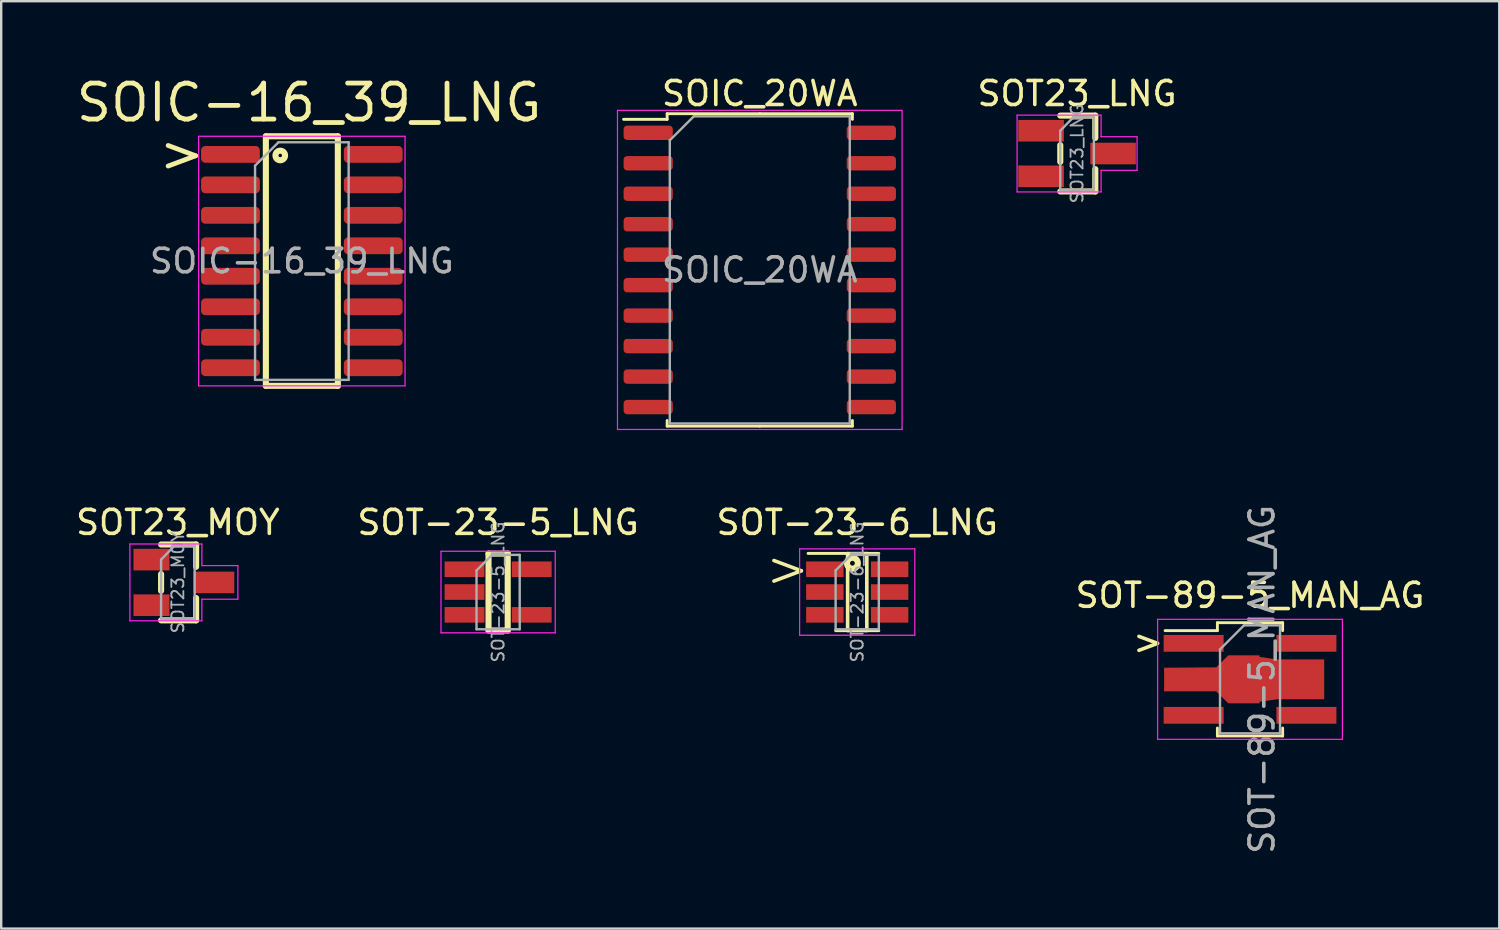
<source format=kicad_pcb>
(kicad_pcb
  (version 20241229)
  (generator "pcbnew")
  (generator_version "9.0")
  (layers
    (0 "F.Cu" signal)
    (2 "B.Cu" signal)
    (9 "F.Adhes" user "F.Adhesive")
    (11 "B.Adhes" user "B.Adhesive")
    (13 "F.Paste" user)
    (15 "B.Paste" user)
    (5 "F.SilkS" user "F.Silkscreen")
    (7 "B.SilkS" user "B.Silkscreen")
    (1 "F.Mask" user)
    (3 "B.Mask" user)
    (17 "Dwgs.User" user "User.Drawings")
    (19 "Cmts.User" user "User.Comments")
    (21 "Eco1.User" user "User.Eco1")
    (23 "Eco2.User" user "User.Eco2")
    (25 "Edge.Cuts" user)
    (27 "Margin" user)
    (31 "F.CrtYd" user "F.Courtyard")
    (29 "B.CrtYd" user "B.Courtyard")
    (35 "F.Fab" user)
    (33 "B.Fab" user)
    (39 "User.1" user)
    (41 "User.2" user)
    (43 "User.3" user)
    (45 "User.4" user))
  (footprint "SOT23_LNG"
    (layer "F.Cu")
    (at 41.835 3.348)
    (property "Reference" "SOT23_LNG" (at 0 -2.5 0) (layer "F.SilkS") (effects (font (size 1 1) (thickness 0.15))))
    (attr smd)
    (fp_line (start -0.7 -0.35) (end -0.7 0.35) (stroke (width 0.254) (type solid)) (layer "F.SilkS"))
    (fp_line (start 0.76 -1.58) (end -0.7 -1.58) (stroke (width 0.254) (type solid)) (layer "F.SilkS"))
    (fp_line (start 0.76 -1.58) (end 0.76 -0.65) (stroke (width 0.254) (type solid)) (layer "F.SilkS"))
    (fp_line (start 0.76 1.58) (end -0.7 1.58) (stroke (width 0.254) (type solid)) (layer "F.SilkS"))
    (fp_line (start 0.76 1.58) (end 0.76 0.65) (stroke (width 0.254) (type solid)) (layer "F.SilkS"))
    (fp_line (start -2.5 -1.6) (end 1 -1.6) (stroke (width 0.05) (type solid)) (layer "F.CrtYd"))
    (fp_line (start -2.5 1.6) (end -2.5 -1.6) (stroke (width 0.05) (type solid)) (layer "F.CrtYd"))
    (fp_line (start 1 -1.6) (end 1 -0.7) (stroke (width 0.05) (type solid)) (layer "F.CrtYd"))
    (fp_line (start 1 -0.7) (end 2.5 -0.7) (stroke (width 0.05) (type solid)) (layer "F.CrtYd"))
    (fp_line (start 1 0.7) (end 1 1.6) (stroke (width 0.05) (type solid)) (layer "F.CrtYd"))
    (fp_line (start 1 0.7) (end 2.5 0.7) (stroke (width 0.05) (type solid)) (layer "F.CrtYd"))
    (fp_line (start 1 1.6) (end -2.5 1.6) (stroke (width 0.05) (type solid)) (layer "F.CrtYd"))
    (fp_line (start 2.5 -0.7) (end 2.5 0.7) (stroke (width 0.05) (type solid)) (layer "F.CrtYd"))
    (fp_line (start -0.7 -0.95) (end -0.7 1.5) (stroke (width 0.1) (type solid)) (layer "F.Fab"))
    (fp_line (start -0.7 -0.95) (end -0.15 -1.52) (stroke (width 0.1) (type solid)) (layer "F.Fab"))
    (fp_line (start -0.7 1.52) (end 0.7 1.52) (stroke (width 0.1) (type solid)) (layer "F.Fab"))
    (fp_line (start -0.15 -1.52) (end 0.7 -1.52) (stroke (width 0.1) (type solid)) (layer "F.Fab"))
    (fp_line (start 0.7 -1.52) (end 0.7 1.52) (stroke (width 0.1) (type solid)) (layer "F.Fab"))
    (fp_text user "${REFERENCE}" (at 0 0 90) (layer "F.Fab") (effects (font (size 0.5 0.5) (thickness 0.075))))
    (pad "1" smd rect (at -1.5 -0.95) (size 1.9 0.9) (layers "F.Cu" "F.Mask" "F.Paste"))
    (pad "2" smd rect (at -1.5 0.95) (size 1.9 0.9) (layers "F.Cu" "F.Mask" "F.Paste"))
    (pad "3" smd rect (at 1.5 0) (size 1.9 0.9) (layers "F.Cu" "F.Mask" "F.Paste")))
  (footprint "SOT-23-5_LNG"
    (layer "F.Cu")
    (at 17.708 21.622)
    (property "Reference" "SOT-23-5_LNG" (at 0 -2.9 0) (layer "F.SilkS") (effects (font (size 1 1) (thickness 0.15))))
    (attr smd)
    (fp_line (start -0.4 -1.6) (end -0.4 1.6) (stroke (width 0.254) (type solid)) (layer "F.SilkS"))
    (fp_line (start -0.4 1.6) (end 0.4 1.6) (stroke (width 0.254) (type solid)) (layer "F.SilkS"))
    (fp_line (start 0.4 -1.6) (end -0.4 -1.6) (stroke (width 0.254) (type solid)) (layer "F.SilkS"))
    (fp_line (start 0.4 1.6) (end 0.4 -1.6) (stroke (width 0.254) (type solid)) (layer "F.SilkS"))
    (fp_line (start -2.38 -1.7) (end -2.38 1.7) (stroke (width 0.05) (type solid)) (layer "F.CrtYd"))
    (fp_line (start -2.38 -1.7) (end 2.38 -1.7) (stroke (width 0.05) (type solid)) (layer "F.CrtYd"))
    (fp_line (start 2.38 1.7) (end -2.38 1.7) (stroke (width 0.05) (type solid)) (layer "F.CrtYd"))
    (fp_line (start 2.38 1.7) (end 2.38 -1.7) (stroke (width 0.05) (type solid)) (layer "F.CrtYd"))
    (fp_line (start -0.9 -0.9) (end -0.9 1.55) (stroke (width 0.1) (type solid)) (layer "F.Fab"))
    (fp_line (start -0.9 -0.9) (end -0.25 -1.55) (stroke (width 0.1) (type solid)) (layer "F.Fab"))
    (fp_line (start 0.9 -1.55) (end -0.25 -1.55) (stroke (width 0.1) (type solid)) (layer "F.Fab"))
    (fp_line (start 0.9 -1.55) (end 0.9 1.55) (stroke (width 0.1) (type solid)) (layer "F.Fab"))
    (fp_line (start 0.9 1.55) (end -0.9 1.55) (stroke (width 0.1) (type solid)) (layer "F.Fab"))
    (fp_text user "${REFERENCE}" (at 0 0 90) (layer "F.Fab") (effects (font (size 0.5 0.5) (thickness 0.075))))
    (pad "1" smd rect (at -1.4 -0.95) (size 1.66 0.65) (layers "F.Cu" "F.Mask" "F.Paste"))
    (pad "2" smd rect (at -1.4 0) (size 1.66 0.65) (layers "F.Cu" "F.Mask" "F.Paste"))
    (pad "3" smd rect (at -1.4 0.95) (size 1.66 0.65) (layers "F.Cu" "F.Mask" "F.Paste"))
    (pad "4" smd rect (at 1.4 0.95) (size 1.66 0.65) (layers "F.Cu" "F.Mask" "F.Paste"))
    (pad "5" smd rect (at 1.4 -0.95) (size 1.66 0.65) (layers "F.Cu" "F.Mask" "F.Paste")))
  (footprint "SOIC_20WA"
    (layer "F.Cu")
    (at 28.612 8.198)
    (property "Reference" "SOIC_20WA" (at 0 -7.35 0) (layer "F.SilkS") (effects (font (size 1 1) (thickness 0.15))))
    (attr smd)
    (fp_line (start -3.86 -6.51) (end -3.86 -6.275) (stroke (width 0.12) (type solid)) (layer "F.SilkS"))
    (fp_line (start -3.86 -6.275) (end -5.675 -6.275) (stroke (width 0.12) (type solid)) (layer "F.SilkS"))
    (fp_line (start -3.86 6.51) (end -3.86 6.275) (stroke (width 0.12) (type solid)) (layer "F.SilkS"))
    (fp_line (start 0 -6.51) (end -3.86 -6.51) (stroke (width 0.12) (type solid)) (layer "F.SilkS"))
    (fp_line (start 0 -6.51) (end 3.86 -6.51) (stroke (width 0.12) (type solid)) (layer "F.SilkS"))
    (fp_line (start 0 6.51) (end -3.86 6.51) (stroke (width 0.12) (type solid)) (layer "F.SilkS"))
    (fp_line (start 0 6.51) (end 3.86 6.51) (stroke (width 0.12) (type solid)) (layer "F.SilkS"))
    (fp_line (start 3.86 -6.51) (end 3.86 -6.275) (stroke (width 0.12) (type solid)) (layer "F.SilkS"))
    (fp_line (start 3.86 6.51) (end 3.86 6.275) (stroke (width 0.12) (type solid)) (layer "F.SilkS"))
    (fp_line (start -5.93 -6.65) (end -5.93 6.65) (stroke (width 0.05) (type solid)) (layer "F.CrtYd"))
    (fp_line (start -5.93 6.65) (end 5.93 6.65) (stroke (width 0.05) (type solid)) (layer "F.CrtYd"))
    (fp_line (start 5.93 -6.65) (end -5.93 -6.65) (stroke (width 0.05) (type solid)) (layer "F.CrtYd"))
    (fp_line (start 5.93 6.65) (end 5.93 -6.65) (stroke (width 0.05) (type solid)) (layer "F.CrtYd"))
    (fp_line (start -3.75 -5.4) (end -2.75 -6.4) (stroke (width 0.1) (type solid)) (layer "F.Fab"))
    (fp_line (start -3.75 6.4) (end -3.75 -5.4) (stroke (width 0.1) (type solid)) (layer "F.Fab"))
    (fp_line (start -2.75 -6.4) (end 3.75 -6.4) (stroke (width 0.1) (type solid)) (layer "F.Fab"))
    (fp_line (start 3.75 -6.4) (end 3.75 6.4) (stroke (width 0.1) (type solid)) (layer "F.Fab"))
    (fp_line (start 3.75 6.4) (end -3.75 6.4) (stroke (width 0.1) (type solid)) (layer "F.Fab"))
    (fp_text user "${REFERENCE}" (at 0 0 0) (layer "F.Fab") (effects (font (size 1 1) (thickness 0.15))))
    (pad "1" smd roundrect (at -4.65 -5.715) (size 2.05 0.6) (layers "F.Cu" "F.Mask" "F.Paste") (roundrect_rratio 0.25))
    (pad "2" smd roundrect (at -4.65 -4.445) (size 2.05 0.6) (layers "F.Cu" "F.Mask" "F.Paste") (roundrect_rratio 0.25))
    (pad "3" smd roundrect (at -4.65 -3.175) (size 2.05 0.6) (layers "F.Cu" "F.Mask" "F.Paste") (roundrect_rratio 0.25))
    (pad "4" smd roundrect (at -4.65 -1.905) (size 2.05 0.6) (layers "F.Cu" "F.Mask" "F.Paste") (roundrect_rratio 0.25))
    (pad "5" smd roundrect (at -4.65 -0.635) (size 2.05 0.6) (layers "F.Cu" "F.Mask" "F.Paste") (roundrect_rratio 0.25))
    (pad "6" smd roundrect (at -4.65 0.635) (size 2.05 0.6) (layers "F.Cu" "F.Mask" "F.Paste") (roundrect_rratio 0.25))
    (pad "7" smd roundrect (at -4.65 1.905) (size 2.05 0.6) (layers "F.Cu" "F.Mask" "F.Paste") (roundrect_rratio 0.25))
    (pad "8" smd roundrect (at -4.65 3.175) (size 2.05 0.6) (layers "F.Cu" "F.Mask" "F.Paste") (roundrect_rratio 0.25))
    (pad "9" smd roundrect (at -4.65 4.445) (size 2.05 0.6) (layers "F.Cu" "F.Mask" "F.Paste") (roundrect_rratio 0.25))
    (pad "10" smd roundrect (at -4.65 5.715) (size 2.05 0.6) (layers "F.Cu" "F.Mask" "F.Paste") (roundrect_rratio 0.25))
    (pad "11" smd roundrect (at 4.65 5.715) (size 2.05 0.6) (layers "F.Cu" "F.Mask" "F.Paste") (roundrect_rratio 0.25))
    (pad "12" smd roundrect (at 4.65 4.445) (size 2.05 0.6) (layers "F.Cu" "F.Mask" "F.Paste") (roundrect_rratio 0.25))
    (pad "13" smd roundrect (at 4.65 3.175) (size 2.05 0.6) (layers "F.Cu" "F.Mask" "F.Paste") (roundrect_rratio 0.25))
    (pad "14" smd roundrect (at 4.65 1.905) (size 2.05 0.6) (layers "F.Cu" "F.Mask" "F.Paste") (roundrect_rratio 0.25))
    (pad "15" smd roundrect (at 4.65 0.635) (size 2.05 0.6) (layers "F.Cu" "F.Mask" "F.Paste") (roundrect_rratio 0.25))
    (pad "16" smd roundrect (at 4.65 -0.635) (size 2.05 0.6) (layers "F.Cu" "F.Mask" "F.Paste") (roundrect_rratio 0.25))
    (pad "17" smd roundrect (at 4.65 -1.905) (size 2.05 0.6) (layers "F.Cu" "F.Mask" "F.Paste") (roundrect_rratio 0.25))
    (pad "18" smd roundrect (at 4.65 -3.175) (size 2.05 0.6) (layers "F.Cu" "F.Mask" "F.Paste") (roundrect_rratio 0.25))
    (pad "19" smd roundrect (at 4.65 -4.445) (size 2.05 0.6) (layers "F.Cu" "F.Mask" "F.Paste") (roundrect_rratio 0.25))
    (pad "20" smd roundrect (at 4.65 -5.715) (size 2.05 0.6) (layers "F.Cu" "F.Mask" "F.Paste") (roundrect_rratio 0.25)))
  (footprint "SOT23_MOY"
    (layer "F.Cu")
    (at 4.363 21.221)
    (property "Reference" "SOT23_MOY" (at 0 -2.5 0) (layer "F.SilkS") (effects (font (size 1 1) (thickness 0.15))))
    (attr smd)
    (fp_line (start -0.7 -0.35) (end -0.7 0.35) (stroke (width 0.254) (type solid)) (layer "F.SilkS"))
    (fp_line (start 0.76 -1.58) (end -0.7 -1.58) (stroke (width 0.254) (type solid)) (layer "F.SilkS"))
    (fp_line (start 0.76 -1.58) (end 0.76 -0.65) (stroke (width 0.254) (type solid)) (layer "F.SilkS"))
    (fp_line (start 0.76 1.58) (end -0.7 1.58) (stroke (width 0.254) (type solid)) (layer "F.SilkS"))
    (fp_line (start 0.76 1.58) (end 0.76 0.65) (stroke (width 0.254) (type solid)) (layer "F.SilkS"))
    (fp_line (start -2 -1.6) (end 1 -1.6) (stroke (width 0.05) (type solid)) (layer "F.CrtYd"))
    (fp_line (start -2 1.6) (end -2 -1.6) (stroke (width 0.05) (type solid)) (layer "F.CrtYd"))
    (fp_line (start 1 -1.6) (end 1 -0.7) (stroke (width 0.05) (type solid)) (layer "F.CrtYd"))
    (fp_line (start 1 -0.7) (end 2.5 -0.7) (stroke (width 0.05) (type solid)) (layer "F.CrtYd"))
    (fp_line (start 1 0.7) (end 1 1.6) (stroke (width 0.05) (type solid)) (layer "F.CrtYd"))
    (fp_line (start 1 0.7) (end 2.5 0.7) (stroke (width 0.05) (type solid)) (layer "F.CrtYd"))
    (fp_line (start 1 1.6) (end -2 1.6) (stroke (width 0.05) (type solid)) (layer "F.CrtYd"))
    (fp_line (start 2.5 -0.7) (end 2.5 0.7) (stroke (width 0.05) (type solid)) (layer "F.CrtYd"))
    (fp_line (start -0.7 -0.95) (end -0.7 1.5) (stroke (width 0.1) (type solid)) (layer "F.Fab"))
    (fp_line (start -0.7 -0.95) (end -0.15 -1.52) (stroke (width 0.1) (type solid)) (layer "F.Fab"))
    (fp_line (start -0.7 1.52) (end 0.7 1.52) (stroke (width 0.1) (type solid)) (layer "F.Fab"))
    (fp_line (start -0.15 -1.52) (end 0.7 -1.52) (stroke (width 0.1) (type solid)) (layer "F.Fab"))
    (fp_line (start 0.7 -1.52) (end 0.7 1.52) (stroke (width 0.1) (type solid)) (layer "F.Fab"))
    (fp_text user "${REFERENCE}" (at 0 0 90) (layer "F.Fab") (effects (font (size 0.5 0.5) (thickness 0.075))))
    (pad "1" smd rect (at -1.1 -0.95) (size 1.5 0.9) (layers "F.Cu" "F.Mask" "F.Paste"))
    (pad "2" smd rect (at -1.1 0.95) (size 1.5 0.9) (layers "F.Cu" "F.Mask" "F.Paste"))
    (pad "3" smd rect (at 1.5 0) (size 1.7 0.9) (layers "F.Cu" "F.Mask" "F.Paste")))
  (footprint "SOT-89-5_MAN_AG"
    (layer "F.Cu")
    (at 49.042 25.26)
    (property "Reference" "SOT-89-5_MAN_AG" (at 0 -3.5 0) (layer "F.SilkS") (effects (font (size 1 1) (thickness 0.15))))
    (attr smd)
    (fp_line (start -3.54 -2.03) (end -1.36 -2.03) (stroke (width 0.12) (type solid)) (layer "F.SilkS"))
    (fp_line (start -1.36 -2.36) (end -1.36 -2.03) (stroke (width 0.12) (type solid)) (layer "F.SilkS"))
    (fp_line (start -1.36 -2.36) (end 1.36 -2.36) (stroke (width 0.12) (type solid)) (layer "F.SilkS"))
    (fp_line (start -1.36 2.36) (end -1.36 2.03) (stroke (width 0.12) (type solid)) (layer "F.SilkS"))
    (fp_line (start 1.36 -2.36) (end 1.36 -2.03) (stroke (width 0.12) (type solid)) (layer "F.SilkS"))
    (fp_line (start 1.36 2.03) (end 1.36 2.36) (stroke (width 0.12) (type solid)) (layer "F.SilkS"))
    (fp_line (start 1.36 2.36) (end -1.36 2.36) (stroke (width 0.12) (type solid)) (layer "F.SilkS"))
    (fp_line (start -3.85 2.5) (end -3.85 -2.5) (stroke (width 0.05) (type solid)) (layer "F.CrtYd"))
    (fp_line (start -3.85 2.5) (end 3.85 2.5) (stroke (width 0.05) (type solid)) (layer "F.CrtYd"))
    (fp_line (start 3.85 -2.5) (end -3.85 -2.5) (stroke (width 0.05) (type solid)) (layer "F.CrtYd"))
    (fp_line (start 3.85 -2.5) (end 3.85 2.5) (stroke (width 0.05) (type solid)) (layer "F.CrtYd"))
    (fp_line (start -1.25 -1.25) (end -0.25 -2.25) (stroke (width 0.1) (type solid)) (layer "F.Fab"))
    (fp_line (start -1.25 2.25) (end -1.25 -1.25) (stroke (width 0.1) (type solid)) (layer "F.Fab"))
    (fp_line (start -0.25 -2.25) (end 1.25 -2.25) (stroke (width 0.1) (type solid)) (layer "F.Fab"))
    (fp_line (start 1.25 -2.25) (end 1.25 2.25) (stroke (width 0.1) (type solid)) (layer "F.Fab"))
    (fp_line (start 1.25 2.25) (end -1.25 2.25) (stroke (width 0.1) (type solid)) (layer "F.Fab"))
    (fp_text user ">" (at -4.242 -1.575 0) (unlocked yes) (layer "F.SilkS") (effects (font (size 1.016 1.016) (thickness 0.15))))
    (fp_text user "${REFERENCE}" (at 0.5 0 90) (layer "F.Fab") (effects (font (size 1 1) (thickness 0.15))))
    (pad "1" smd rect (at -2.35 -1.5) (size 2.5 0.7) (layers "F.Cu" "F.Mask" "F.Paste"))
    (pad "2" smd custom (at 0 0) (size 0.8 2) (layers "F.Cu" "F.Mask" "F.Paste") (options (anchor rect)) (primitives (gr_poly (pts (xy 1.143 -0.83) (xy 3.092 -0.83) (xy 3.092 0.83) (xy 1.143 0.83) (xy -0.108 1) (xy -0.908 1) (xy -1.408 0.5) (xy -3.581 0.5) (xy -3.581 -0.483) (xy -1.408 -0.5) (xy -0.908 -1) (xy -0.108 -1)) (width 0) (fill yes))))
    (pad "3" smd rect (at -2.35 1.5) (size 2.5 0.7) (layers "F.Cu" "F.Mask" "F.Paste"))
    (pad "4" smd rect (at 2.35 1.5) (size 2.5 0.7) (layers "F.Cu" "F.Mask" "F.Paste"))
    (pad "5" smd rect (at 2.35 -1.5) (size 2.5 0.7) (layers "F.Cu" "F.Mask" "F.Paste")))
  (footprint "SOT-23-6_LNG"
    (layer "F.Cu")
    (at 32.673 21.622)
    (property "Reference" "SOT-23-6_LNG" (at 0 -2.9 0) (layer "F.SilkS") (effects (font (size 1 1) (thickness 0.15))))
    (attr smd)
    (fp_line (start -0.9 1.61) (end 0.9 1.61) (stroke (width 0.12) (type solid)) (layer "F.SilkS"))
    (fp_line (start -0.4 -1.6) (end -0.4 1.6) (stroke (width 0.15) (type solid)) (layer "F.SilkS"))
    (fp_line (start -0.4 1.6) (end 0.4 1.6) (stroke (width 0.15) (type solid)) (layer "F.SilkS"))
    (fp_line (start 0.4 -1.6) (end -0.4 -1.6) (stroke (width 0.15) (type solid)) (layer "F.SilkS"))
    (fp_line (start 0.4 1.6) (end 0.4 -1.6) (stroke (width 0.15) (type solid)) (layer "F.SilkS"))
    (fp_line (start 0.9 -1.61) (end -2.05 -1.61) (stroke (width 0.12) (type solid)) (layer "F.SilkS"))
    (fp_circle (center -0.2 -1.2) (end -0.1 -1.2) (stroke (width 0.254) (type solid)) (fill no) (layer "F.SilkS"))
    (fp_line (start -2.4 -1.8) (end 2.4 -1.8) (stroke (width 0.05) (type solid)) (layer "F.CrtYd"))
    (fp_line (start -2.4 1.8) (end -2.4 -1.8) (stroke (width 0.05) (type solid)) (layer "F.CrtYd"))
    (fp_line (start 2.4 -1.8) (end 2.4 1.8) (stroke (width 0.05) (type solid)) (layer "F.CrtYd"))
    (fp_line (start 2.4 1.8) (end -2.4 1.8) (stroke (width 0.05) (type solid)) (layer "F.CrtYd"))
    (fp_line (start -0.9 -0.9) (end -0.9 1.55) (stroke (width 0.1) (type solid)) (layer "F.Fab"))
    (fp_line (start -0.9 -0.9) (end -0.25 -1.55) (stroke (width 0.1) (type solid)) (layer "F.Fab"))
    (fp_line (start 0.9 -1.55) (end -0.25 -1.55) (stroke (width 0.1) (type solid)) (layer "F.Fab"))
    (fp_line (start 0.9 -1.55) (end 0.9 1.55) (stroke (width 0.1) (type solid)) (layer "F.Fab"))
    (fp_line (start 0.9 1.55) (end -0.9 1.55) (stroke (width 0.1) (type solid)) (layer "F.Fab"))
    (fp_text user ">" (at -2.9 -1 0) (unlocked yes) (layer "F.SilkS") (effects (font (size 1.5 1.5) (thickness 0.15))))
    (fp_text user "${REFERENCE}" (at 0 0 90) (layer "F.Fab") (effects (font (size 0.5 0.5) (thickness 0.075))))
    (pad "1" smd rect (at -1.35 -0.95) (size 1.56 0.65) (layers "F.Cu" "F.Mask" "F.Paste"))
    (pad "2" smd rect (at -1.35 0) (size 1.56 0.65) (layers "F.Cu" "F.Mask" "F.Paste"))
    (pad "3" smd rect (at -1.35 0.95) (size 1.56 0.65) (layers "F.Cu" "F.Mask" "F.Paste"))
    (pad "4" smd rect (at 1.35 0.95) (size 1.56 0.65) (layers "F.Cu" "F.Mask" "F.Paste"))
    (pad "5" smd rect (at 1.35 0) (size 1.56 0.65) (layers "F.Cu" "F.Mask" "F.Paste"))
    (pad "6" smd rect (at 1.35 -0.95) (size 1.56 0.65) (layers "F.Cu" "F.Mask" "F.Paste")))
  (footprint "SOIC-16_39_LNG"
    (layer "F.Cu")
    (at 9.029 7.829)
    (property "Reference" "SOIC-16_39_LNG" (at 0.8 -6.6 0) (layer "F.SilkS") (effects (font (size 1.5 1.5) (thickness 0.2))))
    (attr smd)
    (fp_line (start -1 -5.2) (end -1 5.2) (stroke (width 0.254) (type solid)) (layer "F.SilkS"))
    (fp_line (start -1 5.2) (end 2 5.2) (stroke (width 0.254) (type solid)) (layer "F.SilkS"))
    (fp_line (start 2 -5.2) (end -1 -5.2) (stroke (width 0.254) (type solid)) (layer "F.SilkS"))
    (fp_line (start 2 5.2) (end 2 -5.2) (stroke (width 0.254) (type solid)) (layer "F.SilkS"))
    (fp_circle (center -0.4 -4.4) (end -0.2 -4.4) (stroke (width 0.254) (type solid)) (fill no) (layer "F.SilkS"))
    (fp_line (start -3.8 -5.2) (end -3.8 5.2) (stroke (width 0.05) (type solid)) (layer "F.CrtYd"))
    (fp_line (start -3.8 5.2) (end 4.8 5.2) (stroke (width 0.05) (type solid)) (layer "F.CrtYd"))
    (fp_line (start 4.8 -5.2) (end -3.8 -5.2) (stroke (width 0.05) (type solid)) (layer "F.CrtYd"))
    (fp_line (start 4.8 5.2) (end 4.8 -5.2) (stroke (width 0.05) (type solid)) (layer "F.CrtYd"))
    (fp_line (start -1.45 -3.975) (end -0.475 -4.95) (stroke (width 0.1) (type solid)) (layer "F.Fab"))
    (fp_line (start -1.45 4.95) (end -1.45 -3.975) (stroke (width 0.1) (type solid)) (layer "F.Fab"))
    (fp_line (start -0.475 -4.95) (end 2.45 -4.95) (stroke (width 0.1) (type solid)) (layer "F.Fab"))
    (fp_line (start 2.45 -4.95) (end 2.45 4.95) (stroke (width 0.1) (type solid)) (layer "F.Fab"))
    (fp_line (start 2.45 4.95) (end -1.45 4.95) (stroke (width 0.1) (type solid)) (layer "F.Fab"))
    (fp_text user ">" (at -4.5 -4.5 0) (unlocked yes) (layer "F.SilkS") (effects (font (size 1.5 1.5) (thickness 0.2))))
    (fp_text user "${REFERENCE}" (at 0.5 0 0) (layer "F.Fab") (effects (font (size 0.98 0.98) (thickness 0.15))))
    (pad "1" smd roundrect (at -2.475 -4.445) (size 2.45 0.7) (layers "F.Cu" "F.Mask" "F.Paste") (roundrect_rratio 0.25))
    (pad "2" smd roundrect (at -2.475 -3.175) (size 2.45 0.7) (layers "F.Cu" "F.Mask" "F.Paste") (roundrect_rratio 0.25))
    (pad "3" smd roundrect (at -2.475 -1.905) (size 2.45 0.7) (layers "F.Cu" "F.Mask" "F.Paste") (roundrect_rratio 0.25))
    (pad "4" smd roundrect (at -2.475 -0.635) (size 2.45 0.7) (layers "F.Cu" "F.Mask" "F.Paste") (roundrect_rratio 0.25))
    (pad "5" smd roundrect (at -2.475 0.635) (size 2.45 0.7) (layers "F.Cu" "F.Mask" "F.Paste") (roundrect_rratio 0.25))
    (pad "6" smd roundrect (at -2.475 1.905) (size 2.45 0.7) (layers "F.Cu" "F.Mask" "F.Paste") (roundrect_rratio 0.25))
    (pad "7" smd roundrect (at -2.475 3.175) (size 2.45 0.7) (layers "F.Cu" "F.Mask" "F.Paste") (roundrect_rratio 0.25))
    (pad "8" smd roundrect (at -2.475 4.445) (size 2.45 0.7) (layers "F.Cu" "F.Mask" "F.Paste") (roundrect_rratio 0.25))
    (pad "9" smd roundrect (at 3.475 4.445) (size 2.45 0.7) (layers "F.Cu" "F.Mask" "F.Paste") (roundrect_rratio 0.25))
    (pad "10" smd roundrect (at 3.475 3.175) (size 2.45 0.7) (layers "F.Cu" "F.Mask" "F.Paste") (roundrect_rratio 0.25))
    (pad "11" smd roundrect (at 3.475 1.905) (size 2.45 0.7) (layers "F.Cu" "F.Mask" "F.Paste") (roundrect_rratio 0.25))
    (pad "12" smd roundrect (at 3.475 0.635) (size 2.45 0.7) (layers "F.Cu" "F.Mask" "F.Paste") (roundrect_rratio 0.25))
    (pad "13" smd roundrect (at 3.475 -0.635) (size 2.45 0.7) (layers "F.Cu" "F.Mask" "F.Paste") (roundrect_rratio 0.25))
    (pad "14" smd roundrect (at 3.475 -1.905) (size 2.45 0.7) (layers "F.Cu" "F.Mask" "F.Paste") (roundrect_rratio 0.25))
    (pad "15" smd roundrect (at 3.475 -3.175) (size 2.45 0.7) (layers "F.Cu" "F.Mask" "F.Paste") (roundrect_rratio 0.25))
    (pad "16" smd roundrect (at 3.475 -4.445) (size 2.45 0.7) (layers "F.Cu" "F.Mask" "F.Paste") (roundrect_rratio 0.25)))
  (gr_rect
    (start -3 -3)
    (end 59.429 35.647)
    (stroke (width 0.1) (type default))
    (fill no)
    (layer "Edge.Cuts")))
</source>
